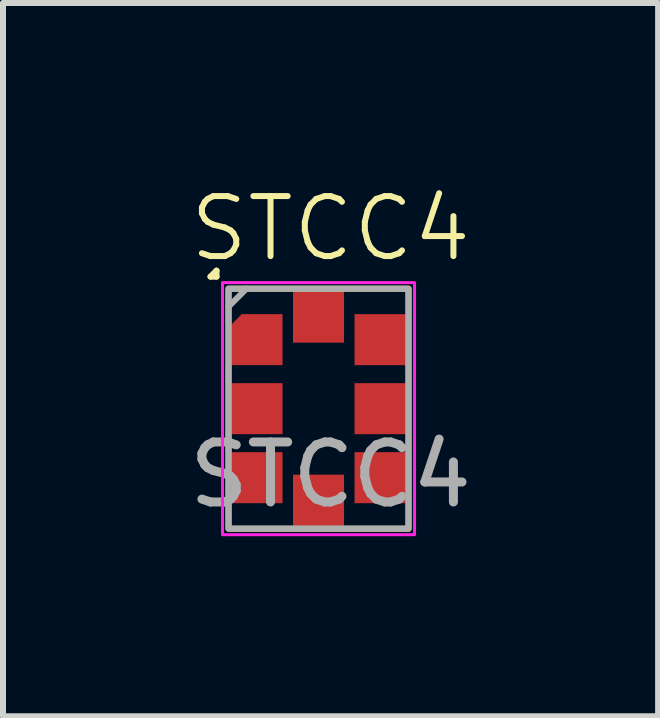
<source format=kicad_pcb>
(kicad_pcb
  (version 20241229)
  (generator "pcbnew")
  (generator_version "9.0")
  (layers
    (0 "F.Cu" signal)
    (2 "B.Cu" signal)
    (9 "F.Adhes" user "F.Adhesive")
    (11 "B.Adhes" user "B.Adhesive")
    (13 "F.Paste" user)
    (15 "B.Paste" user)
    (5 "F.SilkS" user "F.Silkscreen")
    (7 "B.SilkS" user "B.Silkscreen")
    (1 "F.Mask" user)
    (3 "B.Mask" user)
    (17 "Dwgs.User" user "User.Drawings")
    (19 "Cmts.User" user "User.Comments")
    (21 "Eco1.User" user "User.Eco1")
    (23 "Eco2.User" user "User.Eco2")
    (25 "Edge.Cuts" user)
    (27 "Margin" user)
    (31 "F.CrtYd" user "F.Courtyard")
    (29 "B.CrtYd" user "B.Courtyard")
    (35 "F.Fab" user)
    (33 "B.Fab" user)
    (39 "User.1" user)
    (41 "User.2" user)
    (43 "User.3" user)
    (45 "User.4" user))
  (footprint "STCC4"
    (layer "F.Cu")
    (at 2.258 3.76)
    (property "Reference" "STCC4" (at 0.2 -3 0) (unlocked yes) (layer "F.SilkS") (effects (font (size 1 1) (thickness 0.1))))
    (attr smd)
    (fp_line (start -1.8 -2.2) (end -1.7 -2.3) (stroke (width 0.1) (type default)) (layer "F.SilkS"))
    (fp_line (start -1.7 -2.3) (end -1.7 -2.2) (stroke (width 0.1) (type default)) (layer "F.SilkS"))
    (fp_line (start -1.7 -2.2) (end -1.8 -2.2) (stroke (width 0.1) (type default)) (layer "F.SilkS"))
    (fp_rect (start -1.5 -2) (end 1.5 2) (stroke (width 0.1) (type default)) (fill no) (layer "F.SilkS"))
    (fp_rect (start -1.6 -2.1) (end 1.6 2.1) (stroke (width 0.05) (type solid)) (fill no) (layer "F.CrtYd"))
    (fp_line (start -1.5 -1.7) (end -1.2 -2) (stroke (width 0.1) (type default)) (layer "F.Fab"))
    (fp_rect (start -1.5 -2) (end 1.5 2) (stroke (width 0.1) (type default)) (fill no) (layer "F.Fab"))
    (fp_text user "${REFERENCE}" (at 0.2 1.1 0) (unlocked yes) (layer "F.Fab") (effects (font (size 1 1) (thickness 0.15))))
    (pad "1" smd roundrect (at -1.025 -1.15) (size 0.85 0.85) (layers "F.Cu" "F.Mask" "F.Paste") (roundrect_rratio 0) (chamfer_ratio 0.2) (chamfer top_left))
    (pad "2" smd rect (at -1.025 0) (size 0.85 0.85) (layers "F.Cu" "F.Mask" "F.Paste"))
    (pad "3" smd rect (at -1.025 1.15) (size 0.85 0.85) (layers "F.Cu" "F.Mask" "F.Paste"))
    (pad "4" smd rect (at 0 1.525) (size 0.85 0.85) (layers "F.Cu" "F.Mask" "F.Paste"))
    (pad "5" smd rect (at 1.025 1.15) (size 0.85 0.85) (layers "F.Cu" "F.Mask" "F.Paste"))
    (pad "6" smd rect (at 1.025 0) (size 0.85 0.85) (layers "F.Cu" "F.Mask" "F.Paste"))
    (pad "7" smd rect (at 1.025 -1.15) (size 0.85 0.85) (layers "F.Cu" "F.Mask" "F.Paste"))
    (pad "8" smd rect (at 0 -1.525) (size 0.85 0.85) (layers "F.Cu" "F.Mask" "F.Paste")))
  (gr_rect
    (start -3 -3)
    (end 7.917 8.886)
    (stroke (width 0.1) (type default))
    (fill no)
    (layer "Edge.Cuts")))
</source>
